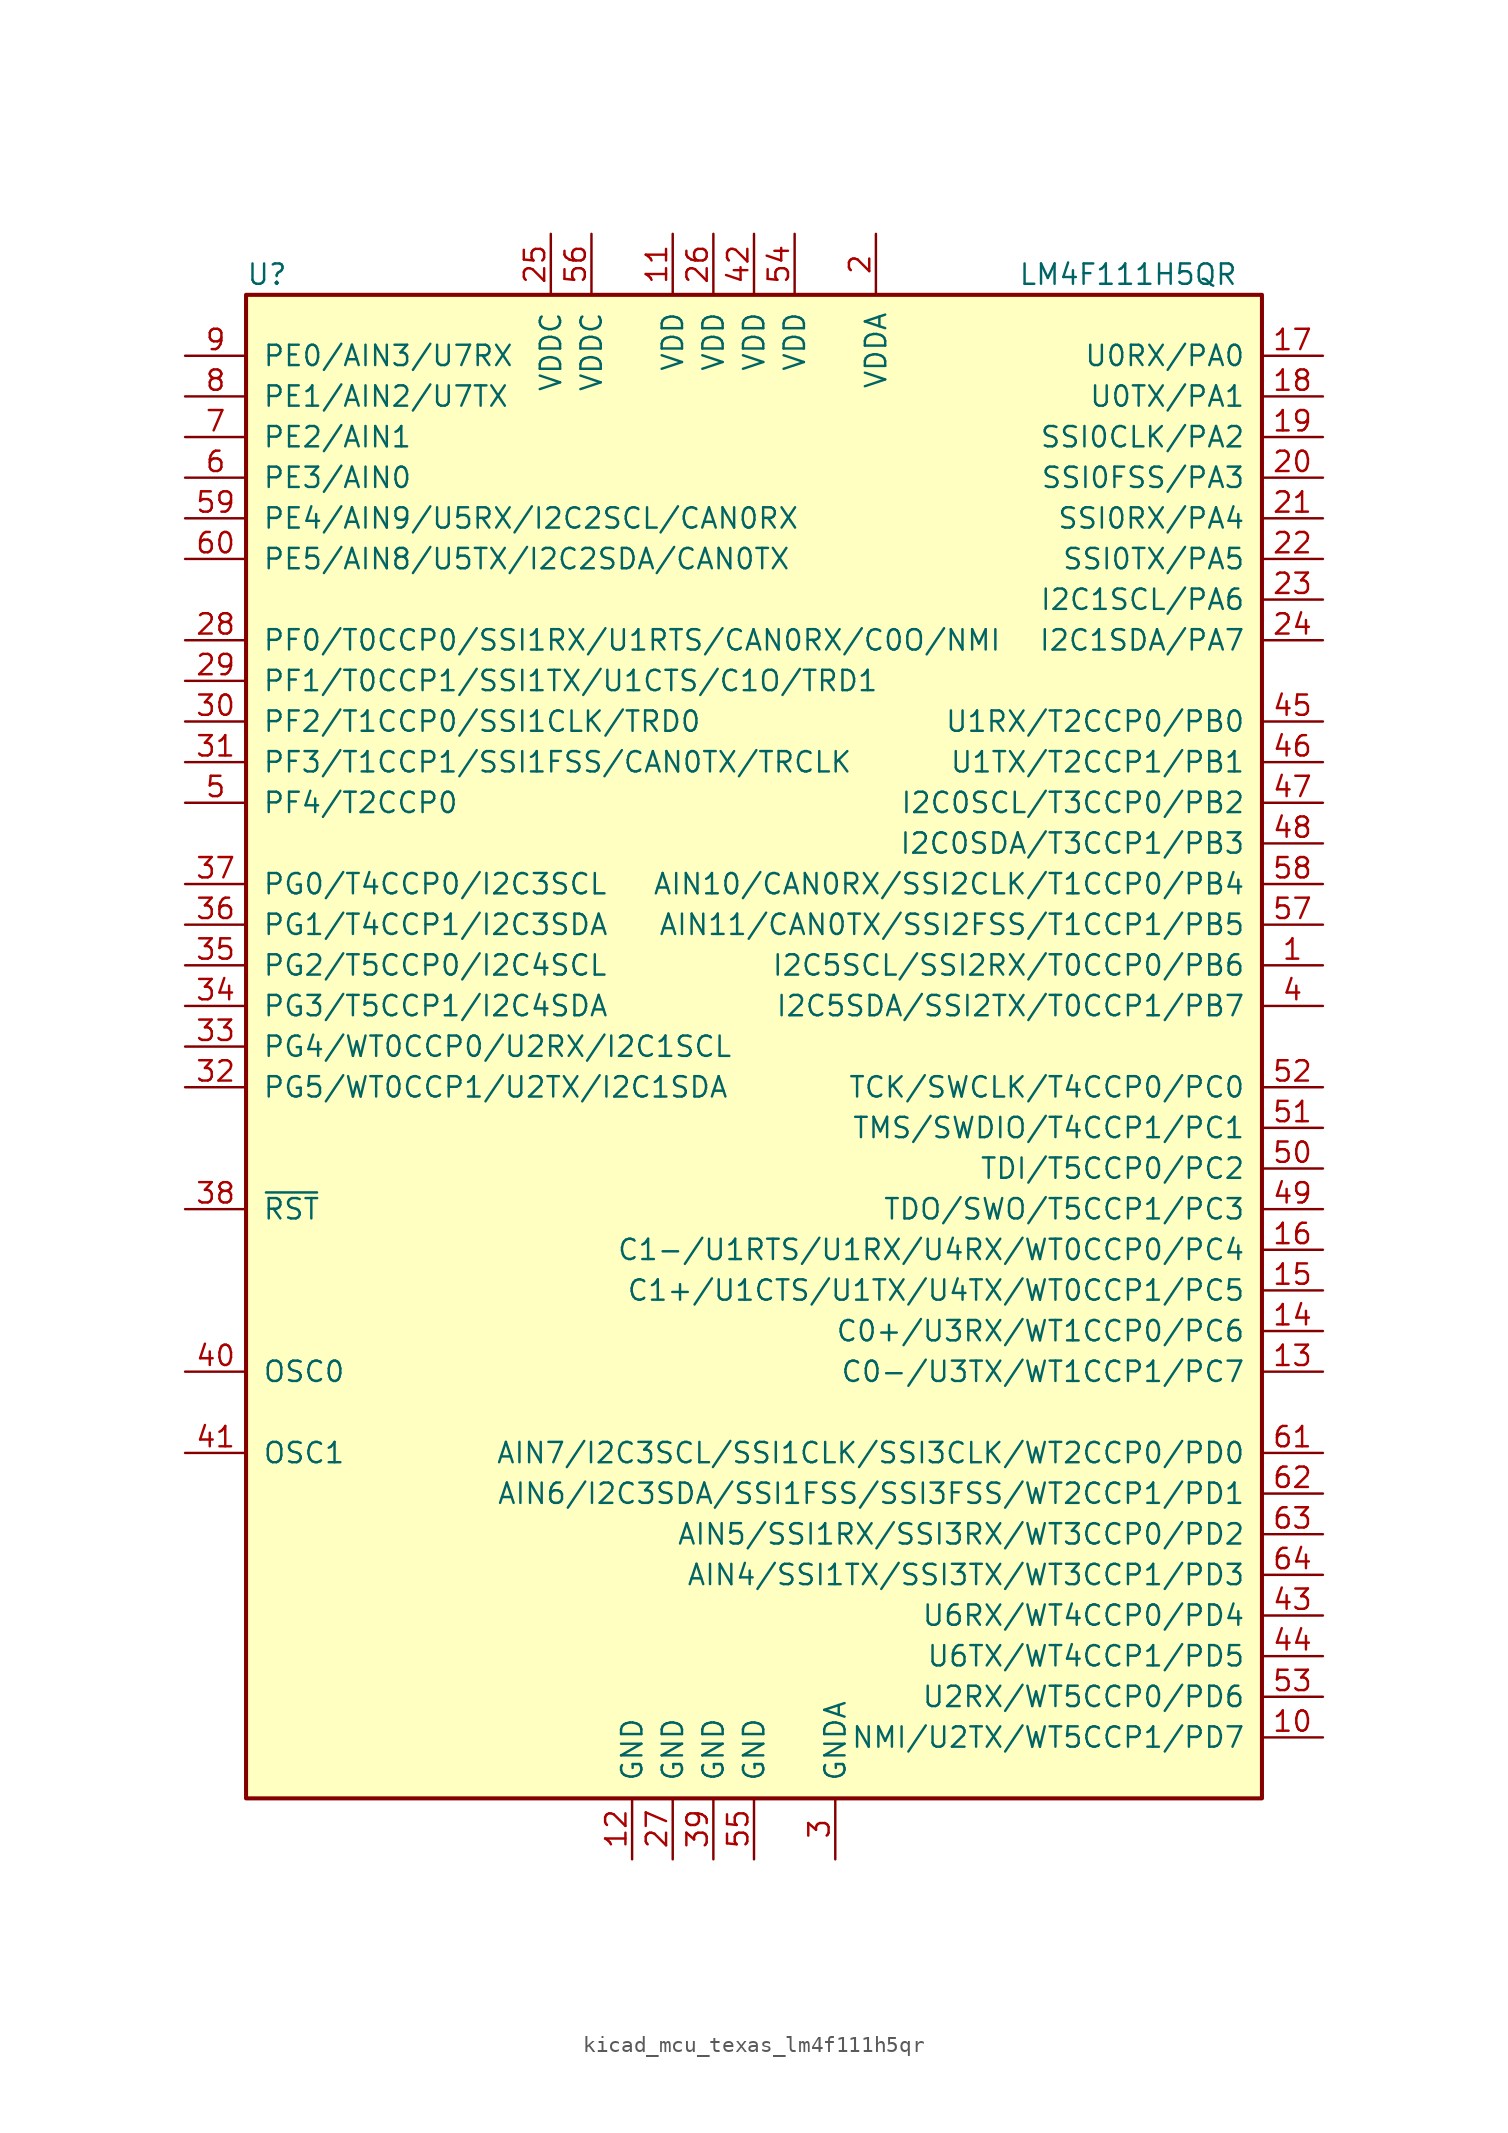
<source format=kicad_sym>
(kicad_symbol_lib
  (version 20220914)
  (generator kicad_symbol_editor)
  (symbol "kicad_mcu_texas_lm4f111h5qr"
    (pin_names
      (offset 1.016))
    (property "Reference" "U"
      (at -31.75 48.26 0)
      (effects (font (size 1.27 1.27)) (justify left)))
    (property "Value" "LM4F111H5QR"
      (at 16.51 48.26 0)
      (effects (font (size 1.27 1.27)) (justify left)))
    (symbol "kicad_mcu_texas_lm4f111h5qr_0_1"
      (rectangle (start -31.75 46.99) (end 31.75 -46.99) (stroke (width 0.254) (type default)) (fill (type background))))
    (symbol "kicad_mcu_texas_lm4f111h5qr_1_1"
      (pin bidirectional line (at 35.56 5.08 180) (length 3.81) (name "I2C5SCL/SSI2RX/T0CCP0/PB6" (effects (font (size 1.27 1.27)))) (number "1" (effects (font (size 1.27 1.27)))))
      (pin bidirectional line (at 35.56 -43.18 180) (length 3.81) (name "NMI/U2TX/WT5CCP1/PD7" (effects (font (size 1.27 1.27)))) (number "10" (effects (font (size 1.27 1.27)))))
      (pin power_in line (at -5.08 50.8 270) (length 3.81) (name "VDD" (effects (font (size 1.27 1.27)))) (number "11" (effects (font (size 1.27 1.27)))))
      (pin power_in line (at -7.62 -50.8 90) (length 3.81) (name "GND" (effects (font (size 1.27 1.27)))) (number "12" (effects (font (size 1.27 1.27)))))
      (pin bidirectional line (at 35.56 -20.32 180) (length 3.81) (name "C0-/U3TX/WT1CCP1/PC7" (effects (font (size 1.27 1.27)))) (number "13" (effects (font (size 1.27 1.27)))))
      (pin bidirectional line (at 35.56 -17.78 180) (length 3.81) (name "C0+/U3RX/WT1CCP0/PC6" (effects (font (size 1.27 1.27)))) (number "14" (effects (font (size 1.27 1.27)))))
      (pin bidirectional line (at 35.56 -15.24 180) (length 3.81) (name "C1+/U1CTS/U1TX/U4TX/WT0CCP1/PC5" (effects (font (size 1.27 1.27)))) (number "15" (effects (font (size 1.27 1.27)))))
      (pin bidirectional line (at 35.56 -12.7 180) (length 3.81) (name "C1-/U1RTS/U1RX/U4RX/WT0CCP0/PC4" (effects (font (size 1.27 1.27)))) (number "16" (effects (font (size 1.27 1.27)))))
      (pin bidirectional line (at 35.56 43.18 180) (length 3.81) (name "U0RX/PA0" (effects (font (size 1.27 1.27)))) (number "17" (effects (font (size 1.27 1.27)))))
      (pin bidirectional line (at 35.56 40.64 180) (length 3.81) (name "U0TX/PA1" (effects (font (size 1.27 1.27)))) (number "18" (effects (font (size 1.27 1.27)))))
      (pin bidirectional line (at 35.56 38.1 180) (length 3.81) (name "SSI0CLK/PA2" (effects (font (size 1.27 1.27)))) (number "19" (effects (font (size 1.27 1.27)))))
      (pin power_in line (at 7.62 50.8 270) (length 3.81) (name "VDDA" (effects (font (size 1.27 1.27)))) (number "2" (effects (font (size 1.27 1.27)))))
      (pin bidirectional line (at 35.56 35.56 180) (length 3.81) (name "SSI0FSS/PA3" (effects (font (size 1.27 1.27)))) (number "20" (effects (font (size 1.27 1.27)))))
      (pin bidirectional line (at 35.56 33.02 180) (length 3.81) (name "SSI0RX/PA4" (effects (font (size 1.27 1.27)))) (number "21" (effects (font (size 1.27 1.27)))))
      (pin bidirectional line (at 35.56 30.48 180) (length 3.81) (name "SSI0TX/PA5" (effects (font (size 1.27 1.27)))) (number "22" (effects (font (size 1.27 1.27)))))
      (pin bidirectional line (at 35.56 27.94 180) (length 3.81) (name "I2C1SCL/PA6" (effects (font (size 1.27 1.27)))) (number "23" (effects (font (size 1.27 1.27)))))
      (pin bidirectional line (at 35.56 25.4 180) (length 3.81) (name "I2C1SDA/PA7" (effects (font (size 1.27 1.27)))) (number "24" (effects (font (size 1.27 1.27)))))
      (pin power_in line (at -12.7 50.8 270) (length 3.81) (name "VDDC" (effects (font (size 1.27 1.27)))) (number "25" (effects (font (size 1.27 1.27)))))
      (pin power_in line (at -2.54 50.8 270) (length 3.81) (name "VDD" (effects (font (size 1.27 1.27)))) (number "26" (effects (font (size 1.27 1.27)))))
      (pin power_in line (at -5.08 -50.8 90) (length 3.81) (name "GND" (effects (font (size 1.27 1.27)))) (number "27" (effects (font (size 1.27 1.27)))))
      (pin bidirectional line (at -35.56 25.4 0) (length 3.81) (name "PF0/T0CCP0/SSI1RX/U1RTS/CAN0RX/C0O/NMI" (effects (font (size 1.27 1.27)))) (number "28" (effects (font (size 1.27 1.27)))))
      (pin bidirectional line (at -35.56 22.86 0) (length 3.81) (name "PF1/T0CCP1/SSI1TX/U1CTS/C1O/TRD1" (effects (font (size 1.27 1.27)))) (number "29" (effects (font (size 1.27 1.27)))))
      (pin power_in line (at 5.08 -50.8 90) (length 3.81) (name "GNDA" (effects (font (size 1.27 1.27)))) (number "3" (effects (font (size 1.27 1.27)))))
      (pin bidirectional line (at -35.56 20.32 0) (length 3.81) (name "PF2/T1CCP0/SSI1CLK/TRD0" (effects (font (size 1.27 1.27)))) (number "30" (effects (font (size 1.27 1.27)))))
      (pin bidirectional line (at -35.56 17.78 0) (length 3.81) (name "PF3/T1CCP1/SSI1FSS/CAN0TX/TRCLK" (effects (font (size 1.27 1.27)))) (number "31" (effects (font (size 1.27 1.27)))))
      (pin bidirectional line (at -35.56 -2.54 0) (length 3.81) (name "PG5/WT0CCP1/U2TX/I2C1SDA" (effects (font (size 1.27 1.27)))) (number "32" (effects (font (size 1.27 1.27)))))
      (pin bidirectional line (at -35.56 0 0) (length 3.81) (name "PG4/WT0CCP0/U2RX/I2C1SCL" (effects (font (size 1.27 1.27)))) (number "33" (effects (font (size 1.27 1.27)))))
      (pin bidirectional line (at -35.56 2.54 0) (length 3.81) (name "PG3/T5CCP1/I2C4SDA" (effects (font (size 1.27 1.27)))) (number "34" (effects (font (size 1.27 1.27)))))
      (pin bidirectional line (at -35.56 5.08 0) (length 3.81) (name "PG2/T5CCP0/I2C4SCL" (effects (font (size 1.27 1.27)))) (number "35" (effects (font (size 1.27 1.27)))))
      (pin bidirectional line (at -35.56 7.62 0) (length 3.81) (name "PG1/T4CCP1/I2C3SDA" (effects (font (size 1.27 1.27)))) (number "36" (effects (font (size 1.27 1.27)))))
      (pin bidirectional line (at -35.56 10.16 0) (length 3.81) (name "PG0/T4CCP0/I2C3SCL" (effects (font (size 1.27 1.27)))) (number "37" (effects (font (size 1.27 1.27)))))
      (pin input line (at -35.56 -10.16 0) (length 3.81) (name "~{RST}" (effects (font (size 1.27 1.27)))) (number "38" (effects (font (size 1.27 1.27)))))
      (pin power_in line (at -2.54 -50.8 90) (length 3.81) (name "GND" (effects (font (size 1.27 1.27)))) (number "39" (effects (font (size 1.27 1.27)))))
      (pin bidirectional line (at 35.56 2.54 180) (length 3.81) (name "I2C5SDA/SSI2TX/T0CCP1/PB7" (effects (font (size 1.27 1.27)))) (number "4" (effects (font (size 1.27 1.27)))))
      (pin passive line (at -35.56 -20.32 0) (length 3.81) (name "OSC0" (effects (font (size 1.27 1.27)))) (number "40" (effects (font (size 1.27 1.27)))))
      (pin passive line (at -35.56 -25.4 0) (length 3.81) (name "OSC1" (effects (font (size 1.27 1.27)))) (number "41" (effects (font (size 1.27 1.27)))))
      (pin power_in line (at 0 50.8 270) (length 3.81) (name "VDD" (effects (font (size 1.27 1.27)))) (number "42" (effects (font (size 1.27 1.27)))))
      (pin bidirectional line (at 35.56 -35.56 180) (length 3.81) (name "U6RX/WT4CCP0/PD4" (effects (font (size 1.27 1.27)))) (number "43" (effects (font (size 1.27 1.27)))))
      (pin bidirectional line (at 35.56 -38.1 180) (length 3.81) (name "U6TX/WT4CCP1/PD5" (effects (font (size 1.27 1.27)))) (number "44" (effects (font (size 1.27 1.27)))))
      (pin bidirectional line (at 35.56 20.32 180) (length 3.81) (name "U1RX/T2CCP0/PB0" (effects (font (size 1.27 1.27)))) (number "45" (effects (font (size 1.27 1.27)))))
      (pin bidirectional line (at 35.56 17.78 180) (length 3.81) (name "U1TX/T2CCP1/PB1" (effects (font (size 1.27 1.27)))) (number "46" (effects (font (size 1.27 1.27)))))
      (pin bidirectional line (at 35.56 15.24 180) (length 3.81) (name "I2C0SCL/T3CCP0/PB2" (effects (font (size 1.27 1.27)))) (number "47" (effects (font (size 1.27 1.27)))))
      (pin bidirectional line (at 35.56 12.7 180) (length 3.81) (name "I2C0SDA/T3CCP1/PB3" (effects (font (size 1.27 1.27)))) (number "48" (effects (font (size 1.27 1.27)))))
      (pin bidirectional line (at 35.56 -10.16 180) (length 3.81) (name "TDO/SWO/T5CCP1/PC3" (effects (font (size 1.27 1.27)))) (number "49" (effects (font (size 1.27 1.27)))))
      (pin bidirectional line (at -35.56 15.24 0) (length 3.81) (name "PF4/T2CCP0" (effects (font (size 1.27 1.27)))) (number "5" (effects (font (size 1.27 1.27)))))
      (pin bidirectional line (at 35.56 -7.62 180) (length 3.81) (name "TDI/T5CCP0/PC2" (effects (font (size 1.27 1.27)))) (number "50" (effects (font (size 1.27 1.27)))))
      (pin bidirectional line (at 35.56 -5.08 180) (length 3.81) (name "TMS/SWDIO/T4CCP1/PC1" (effects (font (size 1.27 1.27)))) (number "51" (effects (font (size 1.27 1.27)))))
      (pin bidirectional line (at 35.56 -2.54 180) (length 3.81) (name "TCK/SWCLK/T4CCP0/PC0" (effects (font (size 1.27 1.27)))) (number "52" (effects (font (size 1.27 1.27)))))
      (pin bidirectional line (at 35.56 -40.64 180) (length 3.81) (name "U2RX/WT5CCP0/PD6" (effects (font (size 1.27 1.27)))) (number "53" (effects (font (size 1.27 1.27)))))
      (pin power_in line (at 2.54 50.8 270) (length 3.81) (name "VDD" (effects (font (size 1.27 1.27)))) (number "54" (effects (font (size 1.27 1.27)))))
      (pin power_in line (at 0 -50.8 90) (length 3.81) (name "GND" (effects (font (size 1.27 1.27)))) (number "55" (effects (font (size 1.27 1.27)))))
      (pin power_in line (at -10.16 50.8 270) (length 3.81) (name "VDDC" (effects (font (size 1.27 1.27)))) (number "56" (effects (font (size 1.27 1.27)))))
      (pin bidirectional line (at 35.56 7.62 180) (length 3.81) (name "AIN11/CAN0TX/SSI2FSS/T1CCP1/PB5" (effects (font (size 1.27 1.27)))) (number "57" (effects (font (size 1.27 1.27)))))
      (pin bidirectional line (at 35.56 10.16 180) (length 3.81) (name "AIN10/CAN0RX/SSI2CLK/T1CCP0/PB4" (effects (font (size 1.27 1.27)))) (number "58" (effects (font (size 1.27 1.27)))))
      (pin bidirectional line (at -35.56 33.02 0) (length 3.81) (name "PE4/AIN9/U5RX/I2C2SCL/CAN0RX" (effects (font (size 1.27 1.27)))) (number "59" (effects (font (size 1.27 1.27)))))
      (pin bidirectional line (at -35.56 35.56 0) (length 3.81) (name "PE3/AIN0" (effects (font (size 1.27 1.27)))) (number "6" (effects (font (size 1.27 1.27)))))
      (pin bidirectional line (at -35.56 30.48 0) (length 3.81) (name "PE5/AIN8/U5TX/I2C2SDA/CAN0TX" (effects (font (size 1.27 1.27)))) (number "60" (effects (font (size 1.27 1.27)))))
      (pin bidirectional line (at 35.56 -25.4 180) (length 3.81) (name "AIN7/I2C3SCL/SSI1CLK/SSI3CLK/WT2CCP0/PD0" (effects (font (size 1.27 1.27)))) (number "61" (effects (font (size 1.27 1.27)))))
      (pin bidirectional line (at 35.56 -27.94 180) (length 3.81) (name "AIN6/I2C3SDA/SSI1FSS/SSI3FSS/WT2CCP1/PD1" (effects (font (size 1.27 1.27)))) (number "62" (effects (font (size 1.27 1.27)))))
      (pin bidirectional line (at 35.56 -30.48 180) (length 3.81) (name "AIN5/SSI1RX/SSI3RX/WT3CCP0/PD2" (effects (font (size 1.27 1.27)))) (number "63" (effects (font (size 1.27 1.27)))))
      (pin bidirectional line (at 35.56 -33.02 180) (length 3.81) (name "AIN4/SSI1TX/SSI3TX/WT3CCP1/PD3" (effects (font (size 1.27 1.27)))) (number "64" (effects (font (size 1.27 1.27)))))
      (pin bidirectional line (at -35.56 38.1 0) (length 3.81) (name "PE2/AIN1" (effects (font (size 1.27 1.27)))) (number "7" (effects (font (size 1.27 1.27)))))
      (pin bidirectional line (at -35.56 40.64 0) (length 3.81) (name "PE1/AIN2/U7TX" (effects (font (size 1.27 1.27)))) (number "8" (effects (font (size 1.27 1.27)))))
      (pin bidirectional line (at -35.56 43.18 0) (length 3.81) (name "PE0/AIN3/U7RX" (effects (font (size 1.27 1.27)))) (number "9" (effects (font (size 1.27 1.27))))))))
</source>
